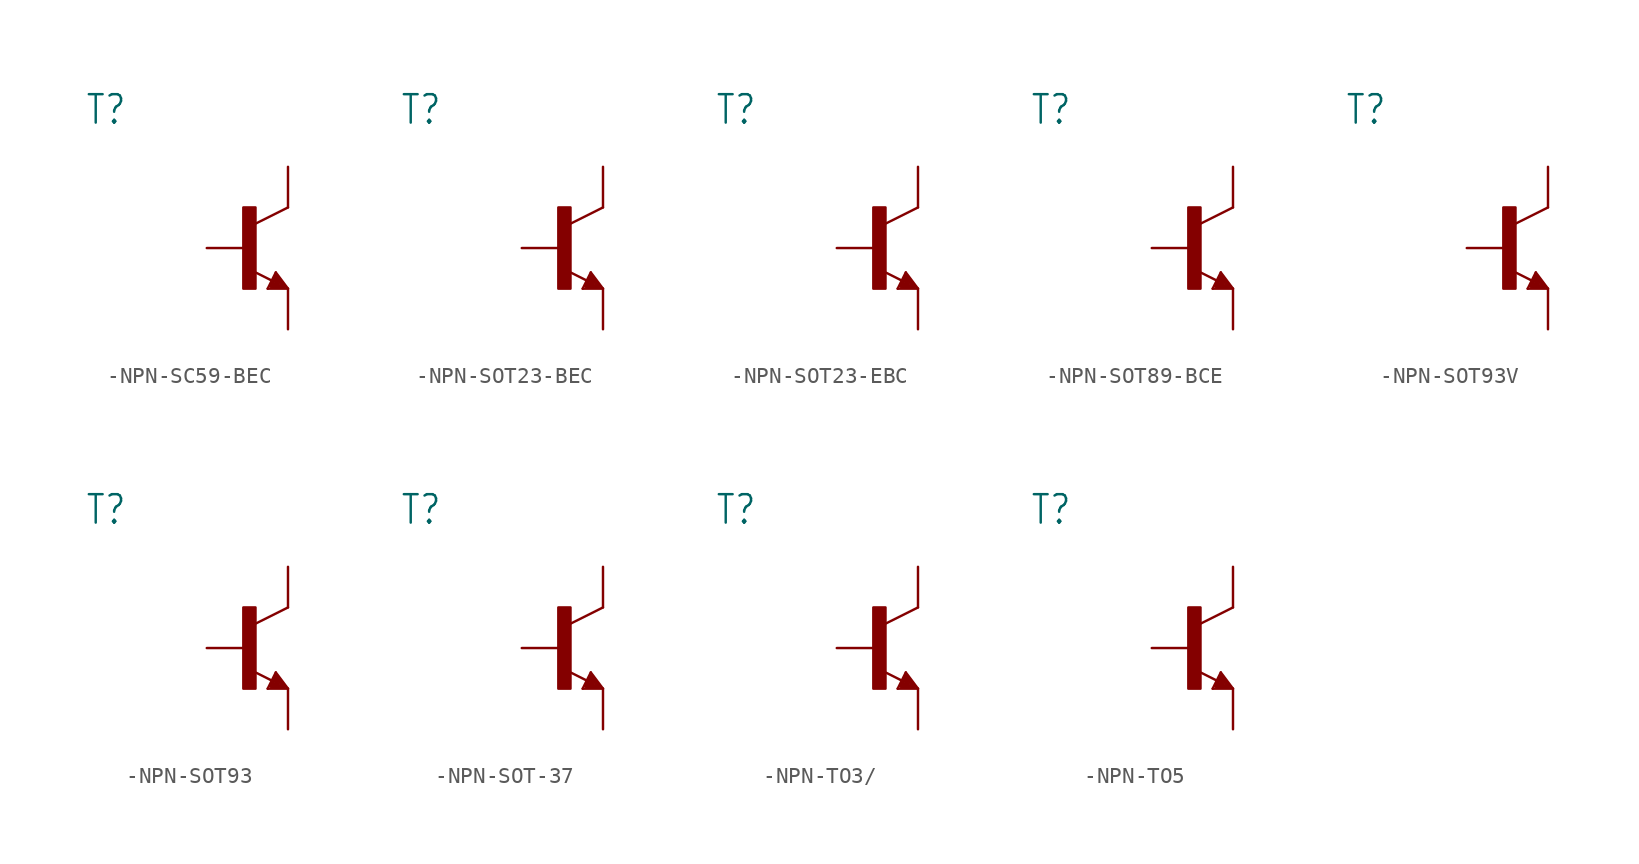
<source format=kicad_sym>
(kicad_symbol_lib
  (version 20241209)
  (generator "kicad_symbol_editor")
  (generator_version "9.0")
  (symbol "-NPN-SC59-BEC"
    (property "Reference" "T"
      (at -10.16 7.62 0)
      (effects (font (size 1.778 1.511)) (justify left bottom)))
    (property "Value" ""
      (at -10.16 5.08 0)
      (effects (font (size 1.778 1.511)) (justify left bottom)))
    (property "ki_locked" ""
      (at 0 0 0)
      (effects (font (size 1.27 1.27))))
    (symbol "-NPN-SC59-BEC_1_0"
      (rectangle (start -0.254 -2.54) (end 0.508 2.54) (stroke (width 0) (type default)) (fill (type outline)))
      (polyline (pts (xy 1.27 -2.54) (xy 1.778 -1.524)) (stroke (width 0.152) (type solid)) (fill (type none)))
      (polyline (pts (xy 1.524 -2.286) (xy 1.905 -2.286)) (stroke (width 0.254) (type solid)) (fill (type none)))
      (polyline (pts (xy 1.524 -2.413) (xy 2.286 -2.413)) (stroke (width 0.254) (type solid)) (fill (type none)))
      (polyline (pts (xy 1.54 -2.04) (xy 0.308 -1.424)) (stroke (width 0.152) (type solid)) (fill (type none)))
      (polyline (pts (xy 1.778 -1.524) (xy 2.54 -2.54)) (stroke (width 0.152) (type solid)) (fill (type none)))
      (polyline (pts (xy 1.778 -1.778) (xy 1.524 -2.286)) (stroke (width 0.254) (type solid)) (fill (type none)))
      (polyline (pts (xy 1.905 -2.286) (xy 1.778 -2.032)) (stroke (width 0.254) (type solid)) (fill (type none)))
      (polyline (pts (xy 2.286 -2.413) (xy 1.778 -1.778)) (stroke (width 0.254) (type solid)) (fill (type none)))
      (polyline (pts (xy 2.54 2.54) (xy 0.508 1.524)) (stroke (width 0.152) (type solid)) (fill (type none)))
      (polyline (pts (xy 2.54 -2.54) (xy 1.27 -2.54)) (stroke (width 0.152) (type solid)) (fill (type none)))
      (pin passive line (at -2.54 0 0) (length 2.54) (name "B" (effects (font (size 0 0)))) (number "B" (effects (font (size 0 0)))))
      (pin passive line (at 2.54 5.08 270) (length 2.54) (name "C" (effects (font (size 0 0)))) (number "C" (effects (font (size 0 0)))))
      (pin passive line (at 2.54 -5.08 90) (length 2.54) (name "E" (effects (font (size 0 0)))) (number "E" (effects (font (size 0 0)))))))
  (symbol "-NPN-SOT23-BEC"
    (property "Reference" "T"
      (at -10.16 7.62 0)
      (effects (font (size 1.778 1.511)) (justify left bottom)))
    (property "Value" ""
      (at -10.16 5.08 0)
      (effects (font (size 1.778 1.511)) (justify left bottom)))
    (property "ki_locked" ""
      (at 0 0 0)
      (effects (font (size 1.27 1.27))))
    (symbol "-NPN-SOT23-BEC_1_0"
      (rectangle (start -0.254 -2.54) (end 0.508 2.54) (stroke (width 0) (type default)) (fill (type outline)))
      (polyline (pts (xy 1.27 -2.54) (xy 1.778 -1.524)) (stroke (width 0.152) (type solid)) (fill (type none)))
      (polyline (pts (xy 1.524 -2.286) (xy 1.905 -2.286)) (stroke (width 0.254) (type solid)) (fill (type none)))
      (polyline (pts (xy 1.524 -2.413) (xy 2.286 -2.413)) (stroke (width 0.254) (type solid)) (fill (type none)))
      (polyline (pts (xy 1.54 -2.04) (xy 0.308 -1.424)) (stroke (width 0.152) (type solid)) (fill (type none)))
      (polyline (pts (xy 1.778 -1.524) (xy 2.54 -2.54)) (stroke (width 0.152) (type solid)) (fill (type none)))
      (polyline (pts (xy 1.778 -1.778) (xy 1.524 -2.286)) (stroke (width 0.254) (type solid)) (fill (type none)))
      (polyline (pts (xy 1.905 -2.286) (xy 1.778 -2.032)) (stroke (width 0.254) (type solid)) (fill (type none)))
      (polyline (pts (xy 2.286 -2.413) (xy 1.778 -1.778)) (stroke (width 0.254) (type solid)) (fill (type none)))
      (polyline (pts (xy 2.54 2.54) (xy 0.508 1.524)) (stroke (width 0.152) (type solid)) (fill (type none)))
      (polyline (pts (xy 2.54 -2.54) (xy 1.27 -2.54)) (stroke (width 0.152) (type solid)) (fill (type none)))
      (pin passive line (at -2.54 0 0) (length 2.54) (name "B" (effects (font (size 0 0)))) (number "B" (effects (font (size 0 0)))))
      (pin passive line (at 2.54 5.08 270) (length 2.54) (name "C" (effects (font (size 0 0)))) (number "C" (effects (font (size 0 0)))))
      (pin passive line (at 2.54 -5.08 90) (length 2.54) (name "E" (effects (font (size 0 0)))) (number "E" (effects (font (size 0 0)))))))
  (symbol "-NPN-SOT23-EBC"
    (property "Reference" "T"
      (at -10.16 7.62 0)
      (effects (font (size 1.778 1.511)) (justify left bottom)))
    (property "Value" ""
      (at -10.16 5.08 0)
      (effects (font (size 1.778 1.511)) (justify left bottom)))
    (property "ki_locked" ""
      (at 0 0 0)
      (effects (font (size 1.27 1.27))))
    (symbol "-NPN-SOT23-EBC_1_0"
      (rectangle (start -0.254 -2.54) (end 0.508 2.54) (stroke (width 0) (type default)) (fill (type outline)))
      (polyline (pts (xy 1.27 -2.54) (xy 1.778 -1.524)) (stroke (width 0.152) (type solid)) (fill (type none)))
      (polyline (pts (xy 1.524 -2.286) (xy 1.905 -2.286)) (stroke (width 0.254) (type solid)) (fill (type none)))
      (polyline (pts (xy 1.524 -2.413) (xy 2.286 -2.413)) (stroke (width 0.254) (type solid)) (fill (type none)))
      (polyline (pts (xy 1.54 -2.04) (xy 0.308 -1.424)) (stroke (width 0.152) (type solid)) (fill (type none)))
      (polyline (pts (xy 1.778 -1.524) (xy 2.54 -2.54)) (stroke (width 0.152) (type solid)) (fill (type none)))
      (polyline (pts (xy 1.778 -1.778) (xy 1.524 -2.286)) (stroke (width 0.254) (type solid)) (fill (type none)))
      (polyline (pts (xy 1.905 -2.286) (xy 1.778 -2.032)) (stroke (width 0.254) (type solid)) (fill (type none)))
      (polyline (pts (xy 2.286 -2.413) (xy 1.778 -1.778)) (stroke (width 0.254) (type solid)) (fill (type none)))
      (polyline (pts (xy 2.54 2.54) (xy 0.508 1.524)) (stroke (width 0.152) (type solid)) (fill (type none)))
      (polyline (pts (xy 2.54 -2.54) (xy 1.27 -2.54)) (stroke (width 0.152) (type solid)) (fill (type none)))
      (pin passive line (at -2.54 0 0) (length 2.54) (name "B" (effects (font (size 0 0)))) (number "B" (effects (font (size 0 0)))))
      (pin passive line (at 2.54 5.08 270) (length 2.54) (name "C" (effects (font (size 0 0)))) (number "C" (effects (font (size 0 0)))))
      (pin passive line (at 2.54 -5.08 90) (length 2.54) (name "E" (effects (font (size 0 0)))) (number "E" (effects (font (size 0 0)))))))
  (symbol "-NPN-SOT89-BCE"
    (property "Reference" "T"
      (at -10.16 7.62 0)
      (effects (font (size 1.778 1.511)) (justify left bottom)))
    (property "Value" ""
      (at -10.16 5.08 0)
      (effects (font (size 1.778 1.511)) (justify left bottom)))
    (property "ki_locked" ""
      (at 0 0 0)
      (effects (font (size 1.27 1.27))))
    (symbol "-NPN-SOT89-BCE_1_0"
      (rectangle (start -0.254 -2.54) (end 0.508 2.54) (stroke (width 0) (type default)) (fill (type outline)))
      (polyline (pts (xy 1.27 -2.54) (xy 1.778 -1.524)) (stroke (width 0.152) (type solid)) (fill (type none)))
      (polyline (pts (xy 1.524 -2.286) (xy 1.905 -2.286)) (stroke (width 0.254) (type solid)) (fill (type none)))
      (polyline (pts (xy 1.524 -2.413) (xy 2.286 -2.413)) (stroke (width 0.254) (type solid)) (fill (type none)))
      (polyline (pts (xy 1.54 -2.04) (xy 0.308 -1.424)) (stroke (width 0.152) (type solid)) (fill (type none)))
      (polyline (pts (xy 1.778 -1.524) (xy 2.54 -2.54)) (stroke (width 0.152) (type solid)) (fill (type none)))
      (polyline (pts (xy 1.778 -1.778) (xy 1.524 -2.286)) (stroke (width 0.254) (type solid)) (fill (type none)))
      (polyline (pts (xy 1.905 -2.286) (xy 1.778 -2.032)) (stroke (width 0.254) (type solid)) (fill (type none)))
      (polyline (pts (xy 2.286 -2.413) (xy 1.778 -1.778)) (stroke (width 0.254) (type solid)) (fill (type none)))
      (polyline (pts (xy 2.54 2.54) (xy 0.508 1.524)) (stroke (width 0.152) (type solid)) (fill (type none)))
      (polyline (pts (xy 2.54 -2.54) (xy 1.27 -2.54)) (stroke (width 0.152) (type solid)) (fill (type none)))
      (pin passive line (at -2.54 0 0) (length 2.54) (name "B" (effects (font (size 0 0)))) (number "B" (effects (font (size 0 0)))))
      (pin passive line (at 2.54 5.08 270) (length 2.54) (name "C" (effects (font (size 0 0)))) (number "C" (effects (font (size 0 0)))))
      (pin passive line (at 2.54 -5.08 90) (length 2.54) (name "E" (effects (font (size 0 0)))) (number "E" (effects (font (size 0 0)))))))
  (symbol "-NPN-SOT93V"
    (property "Reference" "T"
      (at -10.16 7.62 0)
      (effects (font (size 1.778 1.511)) (justify left bottom)))
    (property "Value" ""
      (at -10.16 5.08 0)
      (effects (font (size 1.778 1.511)) (justify left bottom)))
    (property "ki_locked" ""
      (at 0 0 0)
      (effects (font (size 1.27 1.27))))
    (symbol "-NPN-SOT93V_1_0"
      (rectangle (start -0.254 -2.54) (end 0.508 2.54) (stroke (width 0) (type default)) (fill (type outline)))
      (polyline (pts (xy 1.27 -2.54) (xy 1.778 -1.524)) (stroke (width 0.152) (type solid)) (fill (type none)))
      (polyline (pts (xy 1.524 -2.286) (xy 1.905 -2.286)) (stroke (width 0.254) (type solid)) (fill (type none)))
      (polyline (pts (xy 1.524 -2.413) (xy 2.286 -2.413)) (stroke (width 0.254) (type solid)) (fill (type none)))
      (polyline (pts (xy 1.54 -2.04) (xy 0.308 -1.424)) (stroke (width 0.152) (type solid)) (fill (type none)))
      (polyline (pts (xy 1.778 -1.524) (xy 2.54 -2.54)) (stroke (width 0.152) (type solid)) (fill (type none)))
      (polyline (pts (xy 1.778 -1.778) (xy 1.524 -2.286)) (stroke (width 0.254) (type solid)) (fill (type none)))
      (polyline (pts (xy 1.905 -2.286) (xy 1.778 -2.032)) (stroke (width 0.254) (type solid)) (fill (type none)))
      (polyline (pts (xy 2.286 -2.413) (xy 1.778 -1.778)) (stroke (width 0.254) (type solid)) (fill (type none)))
      (polyline (pts (xy 2.54 2.54) (xy 0.508 1.524)) (stroke (width 0.152) (type solid)) (fill (type none)))
      (polyline (pts (xy 2.54 -2.54) (xy 1.27 -2.54)) (stroke (width 0.152) (type solid)) (fill (type none)))
      (pin passive line (at -2.54 0 0) (length 2.54) (name "B" (effects (font (size 0 0)))) (number "B" (effects (font (size 0 0)))))
      (pin passive line (at 2.54 5.08 270) (length 2.54) (name "C" (effects (font (size 0 0)))) (number "C" (effects (font (size 0 0)))))
      (pin passive line (at 2.54 -5.08 90) (length 2.54) (name "E" (effects (font (size 0 0)))) (number "E" (effects (font (size 0 0)))))))
  (symbol "-NPN-SOT93"
    (property "Reference" "T"
      (at -10.16 7.62 0)
      (effects (font (size 1.778 1.511)) (justify left bottom)))
    (property "Value" ""
      (at -10.16 5.08 0)
      (effects (font (size 1.778 1.511)) (justify left bottom)))
    (property "ki_locked" ""
      (at 0 0 0)
      (effects (font (size 1.27 1.27))))
    (symbol "-NPN-SOT93_1_0"
      (rectangle (start -0.254 -2.54) (end 0.508 2.54) (stroke (width 0) (type default)) (fill (type outline)))
      (polyline (pts (xy 1.27 -2.54) (xy 1.778 -1.524)) (stroke (width 0.152) (type solid)) (fill (type none)))
      (polyline (pts (xy 1.524 -2.286) (xy 1.905 -2.286)) (stroke (width 0.254) (type solid)) (fill (type none)))
      (polyline (pts (xy 1.524 -2.413) (xy 2.286 -2.413)) (stroke (width 0.254) (type solid)) (fill (type none)))
      (polyline (pts (xy 1.54 -2.04) (xy 0.308 -1.424)) (stroke (width 0.152) (type solid)) (fill (type none)))
      (polyline (pts (xy 1.778 -1.524) (xy 2.54 -2.54)) (stroke (width 0.152) (type solid)) (fill (type none)))
      (polyline (pts (xy 1.778 -1.778) (xy 1.524 -2.286)) (stroke (width 0.254) (type solid)) (fill (type none)))
      (polyline (pts (xy 1.905 -2.286) (xy 1.778 -2.032)) (stroke (width 0.254) (type solid)) (fill (type none)))
      (polyline (pts (xy 2.286 -2.413) (xy 1.778 -1.778)) (stroke (width 0.254) (type solid)) (fill (type none)))
      (polyline (pts (xy 2.54 2.54) (xy 0.508 1.524)) (stroke (width 0.152) (type solid)) (fill (type none)))
      (polyline (pts (xy 2.54 -2.54) (xy 1.27 -2.54)) (stroke (width 0.152) (type solid)) (fill (type none)))
      (pin passive line (at -2.54 0 0) (length 2.54) (name "B" (effects (font (size 0 0)))) (number "B" (effects (font (size 0 0)))))
      (pin passive line (at 2.54 5.08 270) (length 2.54) (name "C" (effects (font (size 0 0)))) (number "C" (effects (font (size 0 0)))))
      (pin passive line (at 2.54 -5.08 90) (length 2.54) (name "E" (effects (font (size 0 0)))) (number "E" (effects (font (size 0 0)))))))
  (symbol "-NPN-SOT-37"
    (property "Reference" "T"
      (at -10.16 7.62 0)
      (effects (font (size 1.778 1.511)) (justify left bottom)))
    (property "Value" ""
      (at -10.16 5.08 0)
      (effects (font (size 1.778 1.511)) (justify left bottom)))
    (property "ki_locked" ""
      (at 0 0 0)
      (effects (font (size 1.27 1.27))))
    (symbol "-NPN-SOT-37_1_0"
      (rectangle (start -0.254 -2.54) (end 0.508 2.54) (stroke (width 0) (type default)) (fill (type outline)))
      (polyline (pts (xy 1.27 -2.54) (xy 1.778 -1.524)) (stroke (width 0.152) (type solid)) (fill (type none)))
      (polyline (pts (xy 1.524 -2.286) (xy 1.905 -2.286)) (stroke (width 0.254) (type solid)) (fill (type none)))
      (polyline (pts (xy 1.524 -2.413) (xy 2.286 -2.413)) (stroke (width 0.254) (type solid)) (fill (type none)))
      (polyline (pts (xy 1.54 -2.04) (xy 0.308 -1.424)) (stroke (width 0.152) (type solid)) (fill (type none)))
      (polyline (pts (xy 1.778 -1.524) (xy 2.54 -2.54)) (stroke (width 0.152) (type solid)) (fill (type none)))
      (polyline (pts (xy 1.778 -1.778) (xy 1.524 -2.286)) (stroke (width 0.254) (type solid)) (fill (type none)))
      (polyline (pts (xy 1.905 -2.286) (xy 1.778 -2.032)) (stroke (width 0.254) (type solid)) (fill (type none)))
      (polyline (pts (xy 2.286 -2.413) (xy 1.778 -1.778)) (stroke (width 0.254) (type solid)) (fill (type none)))
      (polyline (pts (xy 2.54 2.54) (xy 0.508 1.524)) (stroke (width 0.152) (type solid)) (fill (type none)))
      (polyline (pts (xy 2.54 -2.54) (xy 1.27 -2.54)) (stroke (width 0.152) (type solid)) (fill (type none)))
      (pin passive line (at -2.54 0 0) (length 2.54) (name "B" (effects (font (size 0 0)))) (number "3" (effects (font (size 0 0)))))
      (pin passive line (at 2.54 5.08 270) (length 2.54) (name "C" (effects (font (size 0 0)))) (number "1" (effects (font (size 0 0)))))
      (pin passive line (at 2.54 -5.08 90) (length 2.54) (name "E" (effects (font (size 0 0)))) (number "2" (effects (font (size 0 0)))))))
  (symbol "-NPN-TO3/"
    (property "Reference" "T"
      (at -10.16 7.62 0)
      (effects (font (size 1.778 1.511)) (justify left bottom)))
    (property "Value" ""
      (at -10.16 5.08 0)
      (effects (font (size 1.778 1.511)) (justify left bottom)))
    (property "ki_locked" ""
      (at 0 0 0)
      (effects (font (size 1.27 1.27))))
    (symbol "-NPN-TO3/_1_0"
      (rectangle (start -0.254 -2.54) (end 0.508 2.54) (stroke (width 0) (type default)) (fill (type outline)))
      (polyline (pts (xy 1.27 -2.54) (xy 1.778 -1.524)) (stroke (width 0.152) (type solid)) (fill (type none)))
      (polyline (pts (xy 1.524 -2.286) (xy 1.905 -2.286)) (stroke (width 0.254) (type solid)) (fill (type none)))
      (polyline (pts (xy 1.524 -2.413) (xy 2.286 -2.413)) (stroke (width 0.254) (type solid)) (fill (type none)))
      (polyline (pts (xy 1.54 -2.04) (xy 0.308 -1.424)) (stroke (width 0.152) (type solid)) (fill (type none)))
      (polyline (pts (xy 1.778 -1.524) (xy 2.54 -2.54)) (stroke (width 0.152) (type solid)) (fill (type none)))
      (polyline (pts (xy 1.778 -1.778) (xy 1.524 -2.286)) (stroke (width 0.254) (type solid)) (fill (type none)))
      (polyline (pts (xy 1.905 -2.286) (xy 1.778 -2.032)) (stroke (width 0.254) (type solid)) (fill (type none)))
      (polyline (pts (xy 2.286 -2.413) (xy 1.778 -1.778)) (stroke (width 0.254) (type solid)) (fill (type none)))
      (polyline (pts (xy 2.54 2.54) (xy 0.508 1.524)) (stroke (width 0.152) (type solid)) (fill (type none)))
      (polyline (pts (xy 2.54 -2.54) (xy 1.27 -2.54)) (stroke (width 0.152) (type solid)) (fill (type none)))
      (pin passive line (at -2.54 0 0) (length 2.54) (name "B" (effects (font (size 0 0)))) (number "B" (effects (font (size 0 0)))))
      (pin passive line (at 2.54 5.08 270) (length 2.54) (name "C" (effects (font (size 0 0)))) (number "C" (effects (font (size 0 0)))))
      (pin passive line (at 2.54 -5.08 90) (length 2.54) (name "E" (effects (font (size 0 0)))) (number "E" (effects (font (size 0 0)))))))
  (symbol "-NPN-TO5"
    (property "Reference" "T"
      (at -10.16 7.62 0)
      (effects (font (size 1.778 1.511)) (justify left bottom)))
    (property "Value" ""
      (at -10.16 5.08 0)
      (effects (font (size 1.778 1.511)) (justify left bottom)))
    (property "ki_locked" ""
      (at 0 0 0)
      (effects (font (size 1.27 1.27))))
    (symbol "-NPN-TO5_1_0"
      (rectangle (start -0.254 -2.54) (end 0.508 2.54) (stroke (width 0) (type default)) (fill (type outline)))
      (polyline (pts (xy 1.27 -2.54) (xy 1.778 -1.524)) (stroke (width 0.152) (type solid)) (fill (type none)))
      (polyline (pts (xy 1.524 -2.286) (xy 1.905 -2.286)) (stroke (width 0.254) (type solid)) (fill (type none)))
      (polyline (pts (xy 1.524 -2.413) (xy 2.286 -2.413)) (stroke (width 0.254) (type solid)) (fill (type none)))
      (polyline (pts (xy 1.54 -2.04) (xy 0.308 -1.424)) (stroke (width 0.152) (type solid)) (fill (type none)))
      (polyline (pts (xy 1.778 -1.524) (xy 2.54 -2.54)) (stroke (width 0.152) (type solid)) (fill (type none)))
      (polyline (pts (xy 1.778 -1.778) (xy 1.524 -2.286)) (stroke (width 0.254) (type solid)) (fill (type none)))
      (polyline (pts (xy 1.905 -2.286) (xy 1.778 -2.032)) (stroke (width 0.254) (type solid)) (fill (type none)))
      (polyline (pts (xy 2.286 -2.413) (xy 1.778 -1.778)) (stroke (width 0.254) (type solid)) (fill (type none)))
      (polyline (pts (xy 2.54 2.54) (xy 0.508 1.524)) (stroke (width 0.152) (type solid)) (fill (type none)))
      (polyline (pts (xy 2.54 -2.54) (xy 1.27 -2.54)) (stroke (width 0.152) (type solid)) (fill (type none)))
      (pin passive line (at -2.54 0 0) (length 2.54) (name "B" (effects (font (size 0 0)))) (number "2" (effects (font (size 0 0)))))
      (pin passive line (at 2.54 5.08 270) (length 2.54) (name "C" (effects (font (size 0 0)))) (number "3" (effects (font (size 0 0)))))
      (pin passive line (at 2.54 -5.08 90) (length 2.54) (name "E" (effects (font (size 0 0)))) (number "1" (effects (font (size 0 0))))))))
</source>
